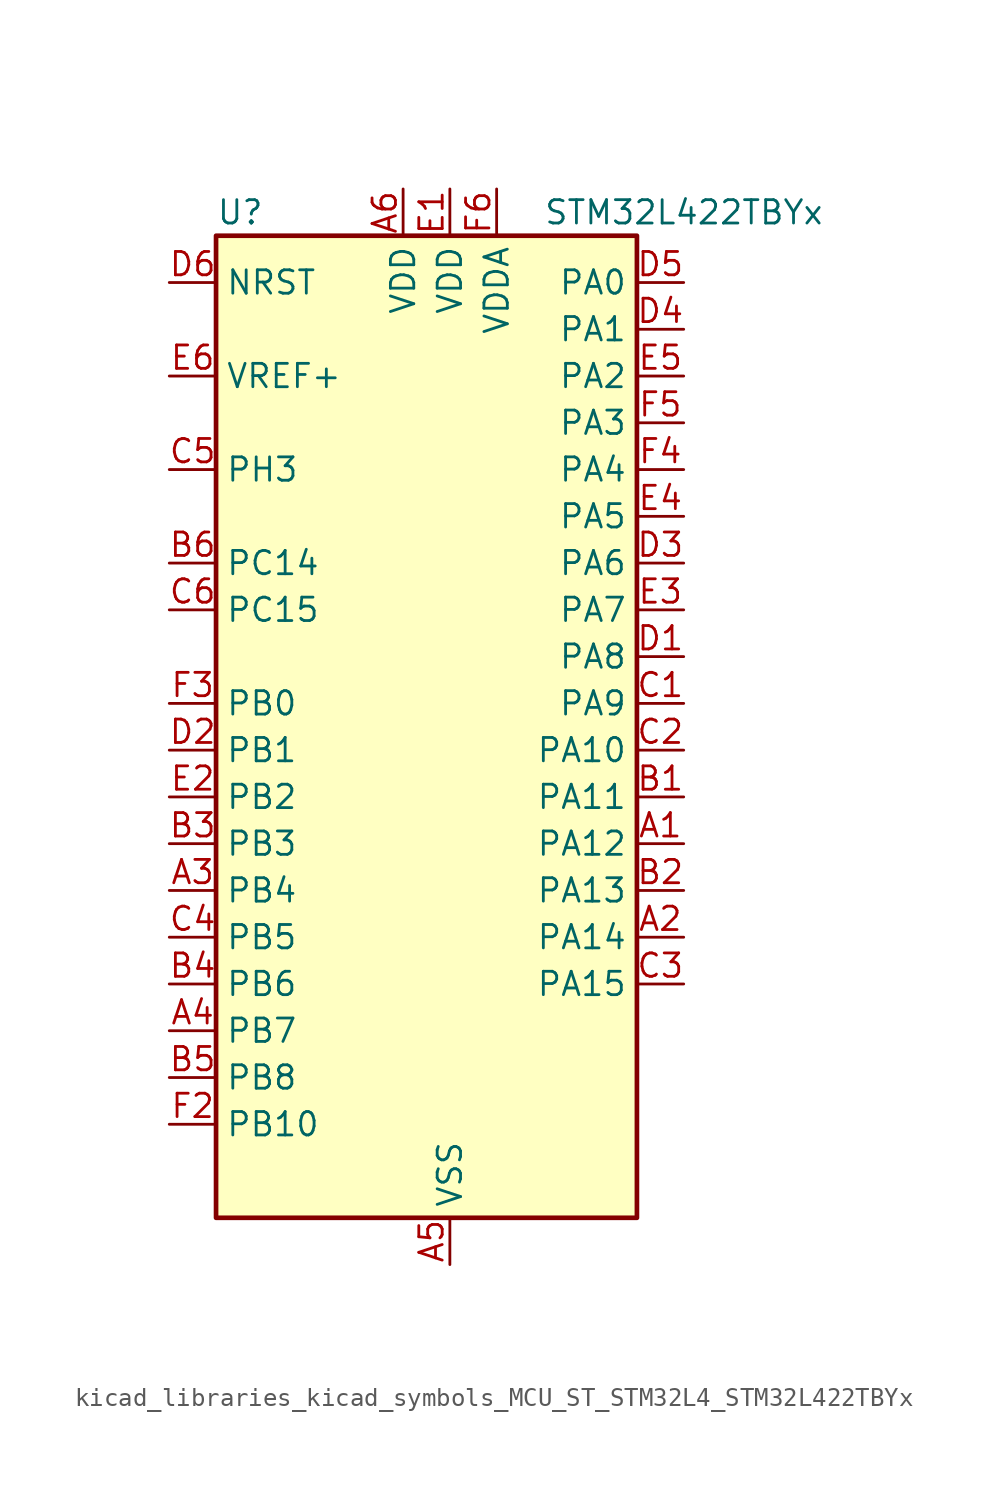
<source format=kicad_sym>
(kicad_symbol_lib
  (version 20220914)
  (generator kicad_symbol_editor)
  (symbol "kicad_libraries_kicad_symbols_MCU_ST_STM32L4_STM32L422TBYx"
    (property "Reference" "U"
      (at -10.16 29.21 0)
      (effects (font (size 1.27 1.27)) (justify left)))
    (property "Value" "STM32L422TBYx"
      (at 7.62 29.21 0)
      (effects (font (size 1.27 1.27)) (justify left)))
    (property "ki_locked" ""
      (at 0 0 0)
      (effects (font (size 1.27 1.27))))
    (symbol "kicad_libraries_kicad_symbols_MCU_ST_STM32L4_STM32L422TBYx_0_1"
      (rectangle (start -10.16 -25.4) (end 12.7 27.94) (stroke (width 0.254) (type default)) (fill (type background))))
    (symbol "kicad_libraries_kicad_symbols_MCU_ST_STM32L4_STM32L422TBYx_1_1"
      (pin bidirectional line (at 15.24 -5.08 180) (length 2.54) (name "PA12" (effects (font (size 1.27 1.27)))) (number "A1" (effects (font (size 1.27 1.27)))) (alternate "SPI1_MOSI" bidirectional line) (alternate "TIM1_ETR" bidirectional line) (alternate "USART1_DE" bidirectional line) (alternate "USART1_RTS" bidirectional line) (alternate "USB_DP" bidirectional line))
      (pin bidirectional line (at 15.24 -10.16 180) (length 2.54) (name "PA14" (effects (font (size 1.27 1.27)))) (number "A2" (effects (font (size 1.27 1.27)))) (alternate "I2C1_SMBA" bidirectional line) (alternate "LPTIM1_OUT" bidirectional line) (alternate "SYS_JTCK-SWCLK" bidirectional line))
      (pin bidirectional line (at -12.7 -7.62 0) (length 2.54) (name "PB4" (effects (font (size 1.27 1.27)))) (number "A3" (effects (font (size 1.27 1.27)))) (alternate "I2C3_SDA" bidirectional line) (alternate "SPI1_MISO" bidirectional line) (alternate "SYS_JTRST" bidirectional line) (alternate "TSC_G2_IO1" bidirectional line) (alternate "USART1_CTS" bidirectional line))
      (pin bidirectional line (at -12.7 -15.24 0) (length 2.54) (name "PB7" (effects (font (size 1.27 1.27)))) (number "A4" (effects (font (size 1.27 1.27)))) (alternate "I2C1_SDA" bidirectional line) (alternate "LPTIM1_IN2" bidirectional line) (alternate "SYS_PVD_IN" bidirectional line) (alternate "SYS_TRACECLK" bidirectional line) (alternate "TSC_G2_IO4" bidirectional line) (alternate "USART1_RX" bidirectional line))
      (pin power_in line (at 2.54 -27.94 90) (length 2.54) (name "VSS" (effects (font (size 1.27 1.27)))) (number "A5" (effects (font (size 1.27 1.27)))))
      (pin power_in line (at 0 30.48 270) (length 2.54) (name "VDD" (effects (font (size 1.27 1.27)))) (number "A6" (effects (font (size 1.27 1.27)))))
      (pin bidirectional line (at 15.24 -2.54 180) (length 2.54) (name "PA11" (effects (font (size 1.27 1.27)))) (number "B1" (effects (font (size 1.27 1.27)))) (alternate "ADC1_EXTI11" bidirectional line) (alternate "ADC2_EXTI11" bidirectional line) (alternate "COMP1_OUT" bidirectional line) (alternate "SPI1_MISO" bidirectional line) (alternate "TIM1_BKIN2" bidirectional line) (alternate "TIM1_BKIN2_COMP1" bidirectional line) (alternate "TIM1_CH4" bidirectional line) (alternate "USART1_CTS" bidirectional line) (alternate "USB_DM" bidirectional line))
      (pin bidirectional line (at 15.24 -7.62 180) (length 2.54) (name "PA13" (effects (font (size 1.27 1.27)))) (number "B2" (effects (font (size 1.27 1.27)))) (alternate "IR_OUT" bidirectional line) (alternate "SYS_JTMS-SWDIO" bidirectional line) (alternate "USB_NOE" bidirectional line))
      (pin bidirectional line (at -12.7 -5.08 0) (length 2.54) (name "PB3" (effects (font (size 1.27 1.27)))) (number "B3" (effects (font (size 1.27 1.27)))) (alternate "SPI1_SCK" bidirectional line) (alternate "SYS_JTDO-SWO" bidirectional line) (alternate "TIM2_CH2" bidirectional line) (alternate "USART1_DE" bidirectional line) (alternate "USART1_RTS" bidirectional line))
      (pin bidirectional line (at -12.7 -12.7 0) (length 2.54) (name "PB6" (effects (font (size 1.27 1.27)))) (number "B4" (effects (font (size 1.27 1.27)))) (alternate "I2C1_SCL" bidirectional line) (alternate "LPTIM1_ETR" bidirectional line) (alternate "SYS_TRACED3" bidirectional line) (alternate "TIM16_CH1N" bidirectional line) (alternate "TSC_G2_IO3" bidirectional line) (alternate "USART1_TX" bidirectional line))
      (pin bidirectional line (at -12.7 -17.78 0) (length 2.54) (name "PB8" (effects (font (size 1.27 1.27)))) (number "B5" (effects (font (size 1.27 1.27)))) (alternate "I2C1_SCL" bidirectional line) (alternate "TIM16_CH1" bidirectional line))
      (pin bidirectional line (at -12.7 10.16 0) (length 2.54) (name "PC14" (effects (font (size 1.27 1.27)))) (number "B6" (effects (font (size 1.27 1.27)))) (alternate "RCC_OSC32_IN" bidirectional line))
      (pin bidirectional line (at 15.24 2.54 180) (length 2.54) (name "PA9" (effects (font (size 1.27 1.27)))) (number "C1" (effects (font (size 1.27 1.27)))) (alternate "I2C1_SCL" bidirectional line) (alternate "TIM15_BKIN" bidirectional line) (alternate "TIM1_CH2" bidirectional line) (alternate "USART1_TX" bidirectional line))
      (pin bidirectional line (at 15.24 0 180) (length 2.54) (name "PA10" (effects (font (size 1.27 1.27)))) (number "C2" (effects (font (size 1.27 1.27)))) (alternate "CRS_SYNC" bidirectional line) (alternate "I2C1_SDA" bidirectional line) (alternate "TIM1_CH3" bidirectional line) (alternate "USART1_RX" bidirectional line))
      (pin bidirectional line (at 15.24 -12.7 180) (length 2.54) (name "PA15" (effects (font (size 1.27 1.27)))) (number "C3" (effects (font (size 1.27 1.27)))) (alternate "ADC1_EXTI15" bidirectional line) (alternate "ADC2_EXTI15" bidirectional line) (alternate "SPI1_NSS" bidirectional line) (alternate "SYS_JTDI" bidirectional line) (alternate "TIM2_CH1" bidirectional line) (alternate "TIM2_ETR" bidirectional line) (alternate "TSC_G3_IO1" bidirectional line) (alternate "USART2_RX" bidirectional line))
      (pin bidirectional line (at -12.7 -10.16 0) (length 2.54) (name "PB5" (effects (font (size 1.27 1.27)))) (number "C4" (effects (font (size 1.27 1.27)))) (alternate "I2C1_SMBA" bidirectional line) (alternate "LPTIM1_IN1" bidirectional line) (alternate "SPI1_MOSI" bidirectional line) (alternate "SYS_TRACED2" bidirectional line) (alternate "TIM16_BKIN" bidirectional line) (alternate "TSC_G2_IO2" bidirectional line) (alternate "USART1_CK" bidirectional line))
      (pin bidirectional line (at -12.7 15.24 0) (length 2.54) (name "PH3" (effects (font (size 1.27 1.27)))) (number "C5" (effects (font (size 1.27 1.27)))))
      (pin bidirectional line (at -12.7 7.62 0) (length 2.54) (name "PC15" (effects (font (size 1.27 1.27)))) (number "C6" (effects (font (size 1.27 1.27)))) (alternate "ADC1_EXTI15" bidirectional line) (alternate "ADC2_EXTI15" bidirectional line) (alternate "RCC_OSC32_OUT" bidirectional line))
      (pin bidirectional line (at 15.24 5.08 180) (length 2.54) (name "PA8" (effects (font (size 1.27 1.27)))) (number "D1" (effects (font (size 1.27 1.27)))) (alternate "LPTIM2_OUT" bidirectional line) (alternate "RCC_MCO" bidirectional line) (alternate "TIM1_CH1" bidirectional line) (alternate "USART1_CK" bidirectional line))
      (pin bidirectional line (at -12.7 0 0) (length 2.54) (name "PB1" (effects (font (size 1.27 1.27)))) (number "D2" (effects (font (size 1.27 1.27)))) (alternate "ADC1_IN16" bidirectional line) (alternate "ADC2_IN16" bidirectional line) (alternate "COMP1_INM" bidirectional line) (alternate "LPTIM2_IN1" bidirectional line) (alternate "LPUART1_DE" bidirectional line) (alternate "LPUART1_RTS" bidirectional line) (alternate "QUADSPI_BK1_IO0" bidirectional line) (alternate "SYS_TRACED1" bidirectional line) (alternate "TIM1_CH3N" bidirectional line))
      (pin bidirectional line (at 15.24 10.16 180) (length 2.54) (name "PA6" (effects (font (size 1.27 1.27)))) (number "D3" (effects (font (size 1.27 1.27)))) (alternate "ADC1_IN11" bidirectional line) (alternate "ADC2_IN11" bidirectional line) (alternate "COMP1_OUT" bidirectional line) (alternate "LPUART1_CTS" bidirectional line) (alternate "QUADSPI_BK1_IO3" bidirectional line) (alternate "SPI1_MISO" bidirectional line) (alternate "TIM16_CH1" bidirectional line) (alternate "TIM1_BKIN" bidirectional line))
      (pin bidirectional line (at 15.24 22.86 180) (length 2.54) (name "PA1" (effects (font (size 1.27 1.27)))) (number "D4" (effects (font (size 1.27 1.27)))) (alternate "ADC1_IN6" bidirectional line) (alternate "COMP1_INP" bidirectional line) (alternate "I2C1_SMBA" bidirectional line) (alternate "OPAMP1_VINM" bidirectional line) (alternate "SPI1_SCK" bidirectional line) (alternate "TIM15_CH1N" bidirectional line) (alternate "TIM2_CH2" bidirectional line) (alternate "USART2_DE" bidirectional line) (alternate "USART2_RTS" bidirectional line))
      (pin bidirectional line (at 15.24 25.4 180) (length 2.54) (name "PA0" (effects (font (size 1.27 1.27)))) (number "D5" (effects (font (size 1.27 1.27)))) (alternate "ADC1_IN5" bidirectional line) (alternate "COMP1_INM" bidirectional line) (alternate "COMP1_OUT" bidirectional line) (alternate "OPAMP1_VINP" bidirectional line) (alternate "RCC_CK_IN" bidirectional line) (alternate "RTC_TAMP2" bidirectional line) (alternate "SYS_WKUP1" bidirectional line) (alternate "TIM2_CH1" bidirectional line) (alternate "TIM2_ETR" bidirectional line) (alternate "USART2_CTS" bidirectional line))
      (pin input line (at -12.7 25.4 0) (length 2.54) (name "NRST" (effects (font (size 1.27 1.27)))) (number "D6" (effects (font (size 1.27 1.27)))))
      (pin power_in line (at 2.54 30.48 270) (length 2.54) (name "VDD" (effects (font (size 1.27 1.27)))) (number "E1" (effects (font (size 1.27 1.27)))))
      (pin bidirectional line (at -12.7 -2.54 0) (length 2.54) (name "PB2" (effects (font (size 1.27 1.27)))) (number "E2" (effects (font (size 1.27 1.27)))) (alternate "COMP1_INP" bidirectional line) (alternate "I2C3_SMBA" bidirectional line) (alternate "LPTIM1_OUT" bidirectional line) (alternate "RTC_OUT_ALARM" bidirectional line) (alternate "RTC_OUT_CALIB" bidirectional line))
      (pin bidirectional line (at 15.24 7.62 180) (length 2.54) (name "PA7" (effects (font (size 1.27 1.27)))) (number "E3" (effects (font (size 1.27 1.27)))) (alternate "ADC1_IN12" bidirectional line) (alternate "ADC2_IN12" bidirectional line) (alternate "I2C3_SCL" bidirectional line) (alternate "QUADSPI_BK1_IO2" bidirectional line) (alternate "SPI1_MOSI" bidirectional line) (alternate "TIM1_CH1N" bidirectional line))
      (pin bidirectional line (at 15.24 12.7 180) (length 2.54) (name "PA5" (effects (font (size 1.27 1.27)))) (number "E4" (effects (font (size 1.27 1.27)))) (alternate "ADC1_IN10" bidirectional line) (alternate "ADC2_IN10" bidirectional line) (alternate "COMP1_INM" bidirectional line) (alternate "LPTIM2_ETR" bidirectional line) (alternate "SPI1_SCK" bidirectional line) (alternate "TIM2_CH1" bidirectional line) (alternate "TIM2_ETR" bidirectional line))
      (pin bidirectional line (at 15.24 20.32 180) (length 2.54) (name "PA2" (effects (font (size 1.27 1.27)))) (number "E5" (effects (font (size 1.27 1.27)))) (alternate "ADC1_IN7" bidirectional line) (alternate "ADC2_IN7" bidirectional line) (alternate "LPUART1_TX" bidirectional line) (alternate "QUADSPI_BK1_NCS" bidirectional line) (alternate "RCC_LSCO" bidirectional line) (alternate "SYS_WKUP4" bidirectional line) (alternate "TIM15_CH1" bidirectional line) (alternate "TIM2_CH3" bidirectional line) (alternate "USART2_TX" bidirectional line))
      (pin input line (at -12.7 20.32 0) (length 2.54) (name "VREF+" (effects (font (size 1.27 1.27)))) (number "E6" (effects (font (size 1.27 1.27)))))
      (pin passive line (at 2.54 -27.94 90) (length 2.54) hide (name "VSS" (effects (font (size 1.27 1.27)))) (number "F1" (effects (font (size 1.27 1.27)))))
      (pin bidirectional line (at -12.7 -20.32 0) (length 2.54) (name "PB10" (effects (font (size 1.27 1.27)))) (number "F2" (effects (font (size 1.27 1.27)))) (alternate "COMP1_OUT" bidirectional line) (alternate "LPUART1_RX" bidirectional line) (alternate "QUADSPI_CLK" bidirectional line) (alternate "TIM2_CH3" bidirectional line) (alternate "TSC_SYNC" bidirectional line))
      (pin bidirectional line (at -12.7 2.54 0) (length 2.54) (name "PB0" (effects (font (size 1.27 1.27)))) (number "F3" (effects (font (size 1.27 1.27)))) (alternate "ADC1_IN15" bidirectional line) (alternate "ADC2_IN15" bidirectional line) (alternate "COMP1_OUT" bidirectional line) (alternate "QUADSPI_BK1_IO1" bidirectional line) (alternate "SPI1_NSS" bidirectional line) (alternate "SYS_TRACED0" bidirectional line) (alternate "TIM1_CH2N" bidirectional line))
      (pin bidirectional line (at 15.24 15.24 180) (length 2.54) (name "PA4" (effects (font (size 1.27 1.27)))) (number "F4" (effects (font (size 1.27 1.27)))) (alternate "ADC1_IN9" bidirectional line) (alternate "ADC2_IN9" bidirectional line) (alternate "COMP1_INM" bidirectional line) (alternate "LPTIM2_OUT" bidirectional line) (alternate "SPI1_NSS" bidirectional line) (alternate "USART2_CK" bidirectional line))
      (pin bidirectional line (at 15.24 17.78 180) (length 2.54) (name "PA3" (effects (font (size 1.27 1.27)))) (number "F5" (effects (font (size 1.27 1.27)))) (alternate "ADC1_IN8" bidirectional line) (alternate "ADC2_IN8" bidirectional line) (alternate "LPUART1_RX" bidirectional line) (alternate "OPAMP1_VOUT" bidirectional line) (alternate "QUADSPI_CLK" bidirectional line) (alternate "TIM15_CH2" bidirectional line) (alternate "TIM2_CH4" bidirectional line) (alternate "USART2_RX" bidirectional line))
      (pin power_in line (at 5.08 30.48 270) (length 2.54) (name "VDDA" (effects (font (size 1.27 1.27)))) (number "F6" (effects (font (size 1.27 1.27))))))))
</source>
